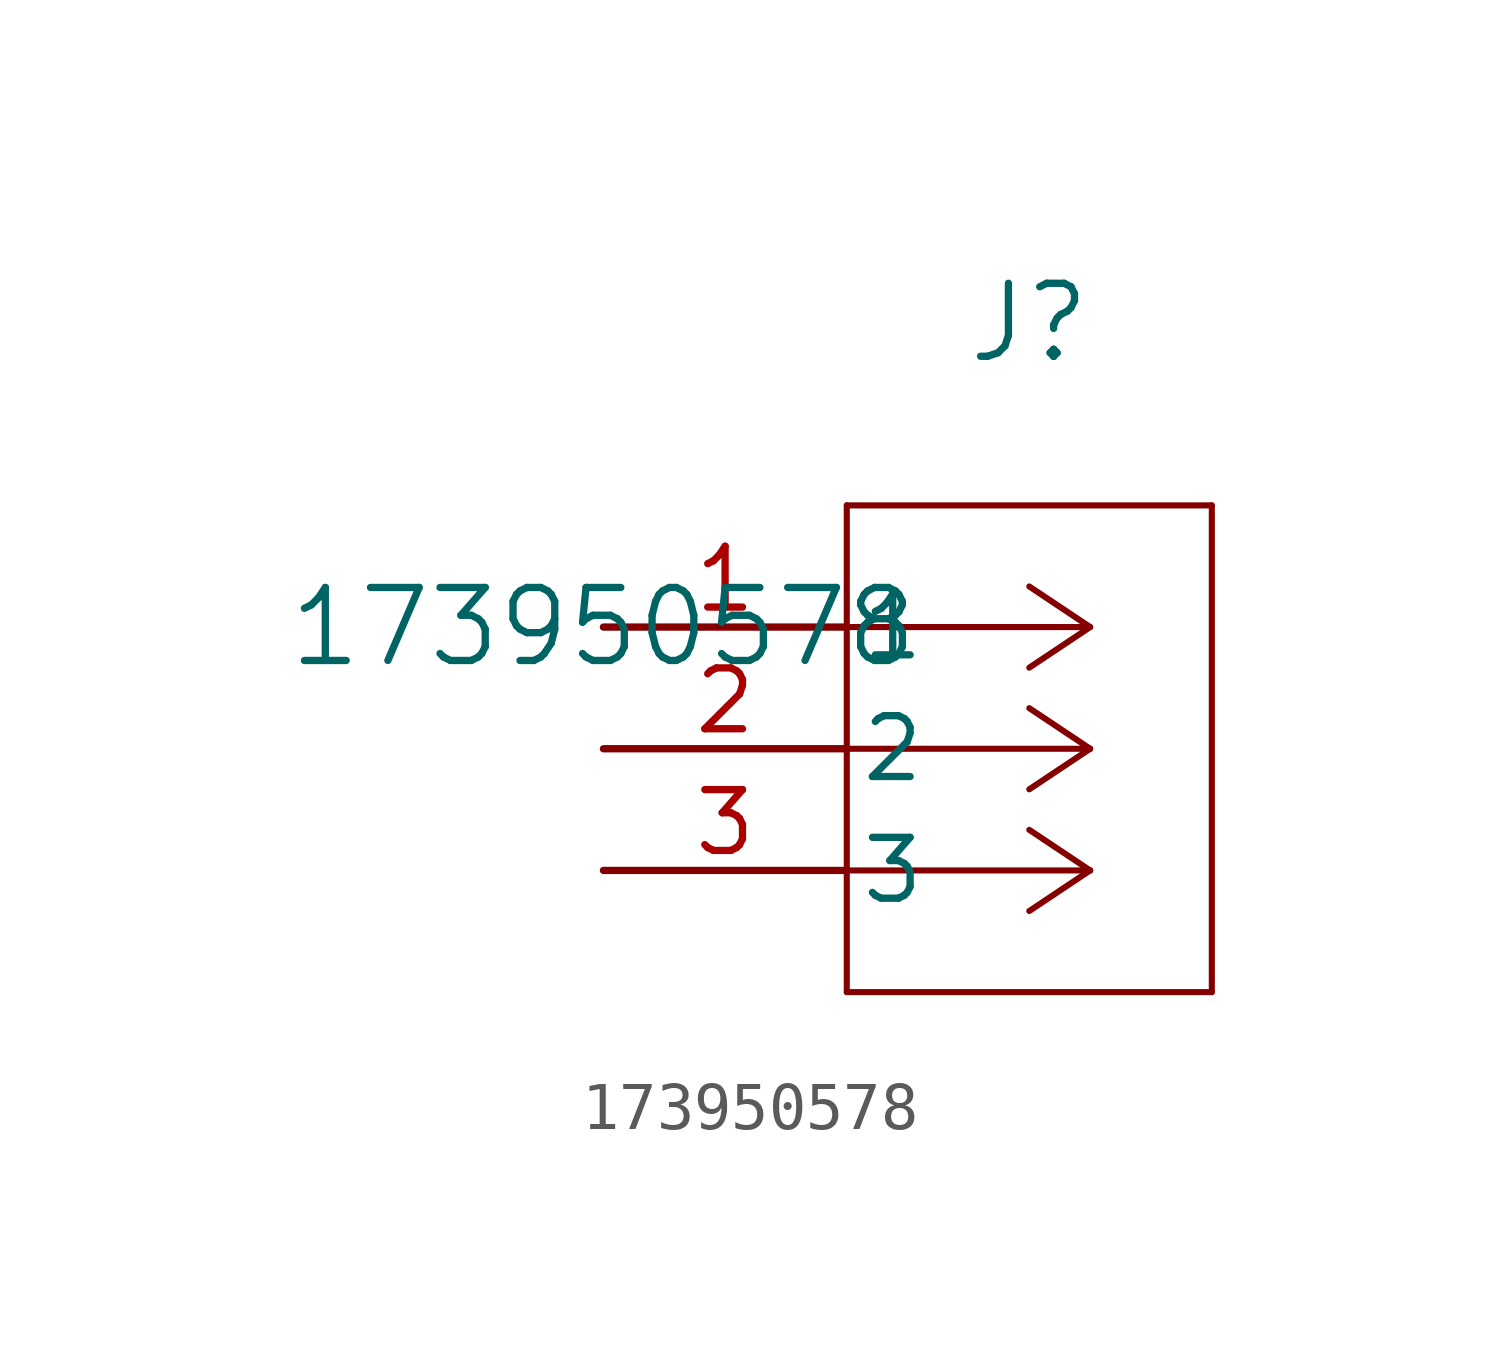
<source format=kicad_sym>
(kicad_symbol_lib
  (version 20211014)
  (generator kicad_symbol_editor)
  (symbol "173950578"
    (pin_names
      (offset 0.254))
    (property "Reference" "J"
      (at 8.89 6.35 0)
      (effects (font (size 1.524 1.524))))
    (property "Value" "173950578"
      (at 0 0 0)
      (effects (font (size 1.524 1.524))))
    (symbol "173950578_0_1"
      (polyline (pts (xy 10.16 0) (xy 5.08 0)) (stroke (width 0.127) (type default) (color 0 0 0 0)) (fill (type none)))
      (polyline (pts (xy 10.16 -2.54) (xy 5.08 -2.54)) (stroke (width 0.127) (type default) (color 0 0 0 0)) (fill (type none)))
      (polyline (pts (xy 10.16 -5.08) (xy 5.08 -5.08)) (stroke (width 0.127) (type default) (color 0 0 0 0)) (fill (type none)))
      (polyline (pts (xy 10.16 0) (xy 8.89 0.847)) (stroke (width 0.127) (type default) (color 0 0 0 0)) (fill (type none)))
      (polyline (pts (xy 10.16 -2.54) (xy 8.89 -1.693)) (stroke (width 0.127) (type default) (color 0 0 0 0)) (fill (type none)))
      (polyline (pts (xy 10.16 -5.08) (xy 8.89 -4.233)) (stroke (width 0.127) (type default) (color 0 0 0 0)) (fill (type none)))
      (polyline (pts (xy 10.16 0) (xy 8.89 -0.847)) (stroke (width 0.127) (type default) (color 0 0 0 0)) (fill (type none)))
      (polyline (pts (xy 10.16 -2.54) (xy 8.89 -3.387)) (stroke (width 0.127) (type default) (color 0 0 0 0)) (fill (type none)))
      (polyline (pts (xy 10.16 -5.08) (xy 8.89 -5.927)) (stroke (width 0.127) (type default) (color 0 0 0 0)) (fill (type none)))
      (polyline (pts (xy 5.08 2.54) (xy 5.08 -7.62)) (stroke (width 0.127) (type default) (color 0 0 0 0)) (fill (type none)))
      (polyline (pts (xy 5.08 -7.62) (xy 12.7 -7.62)) (stroke (width 0.127) (type default) (color 0 0 0 0)) (fill (type none)))
      (polyline (pts (xy 12.7 -7.62) (xy 12.7 2.54)) (stroke (width 0.127) (type default) (color 0 0 0 0)) (fill (type none)))
      (polyline (pts (xy 12.7 2.54) (xy 5.08 2.54)) (stroke (width 0.127) (type default) (color 0 0 0 0)) (fill (type none)))
      (pin unspecified line (at 0 0 0) (length 5.08) (name "1" (effects (font (size 1.27 1.27)))) (number "1" (effects (font (size 1.27 1.27)))))
      (pin unspecified line (at 0 -2.54 0) (length 5.08) (name "2" (effects (font (size 1.27 1.27)))) (number "2" (effects (font (size 1.27 1.27)))))
      (pin unspecified line (at 0 -5.08 0) (length 5.08) (name "3" (effects (font (size 1.27 1.27)))) (number "3" (effects (font (size 1.27 1.27))))))))
</source>
